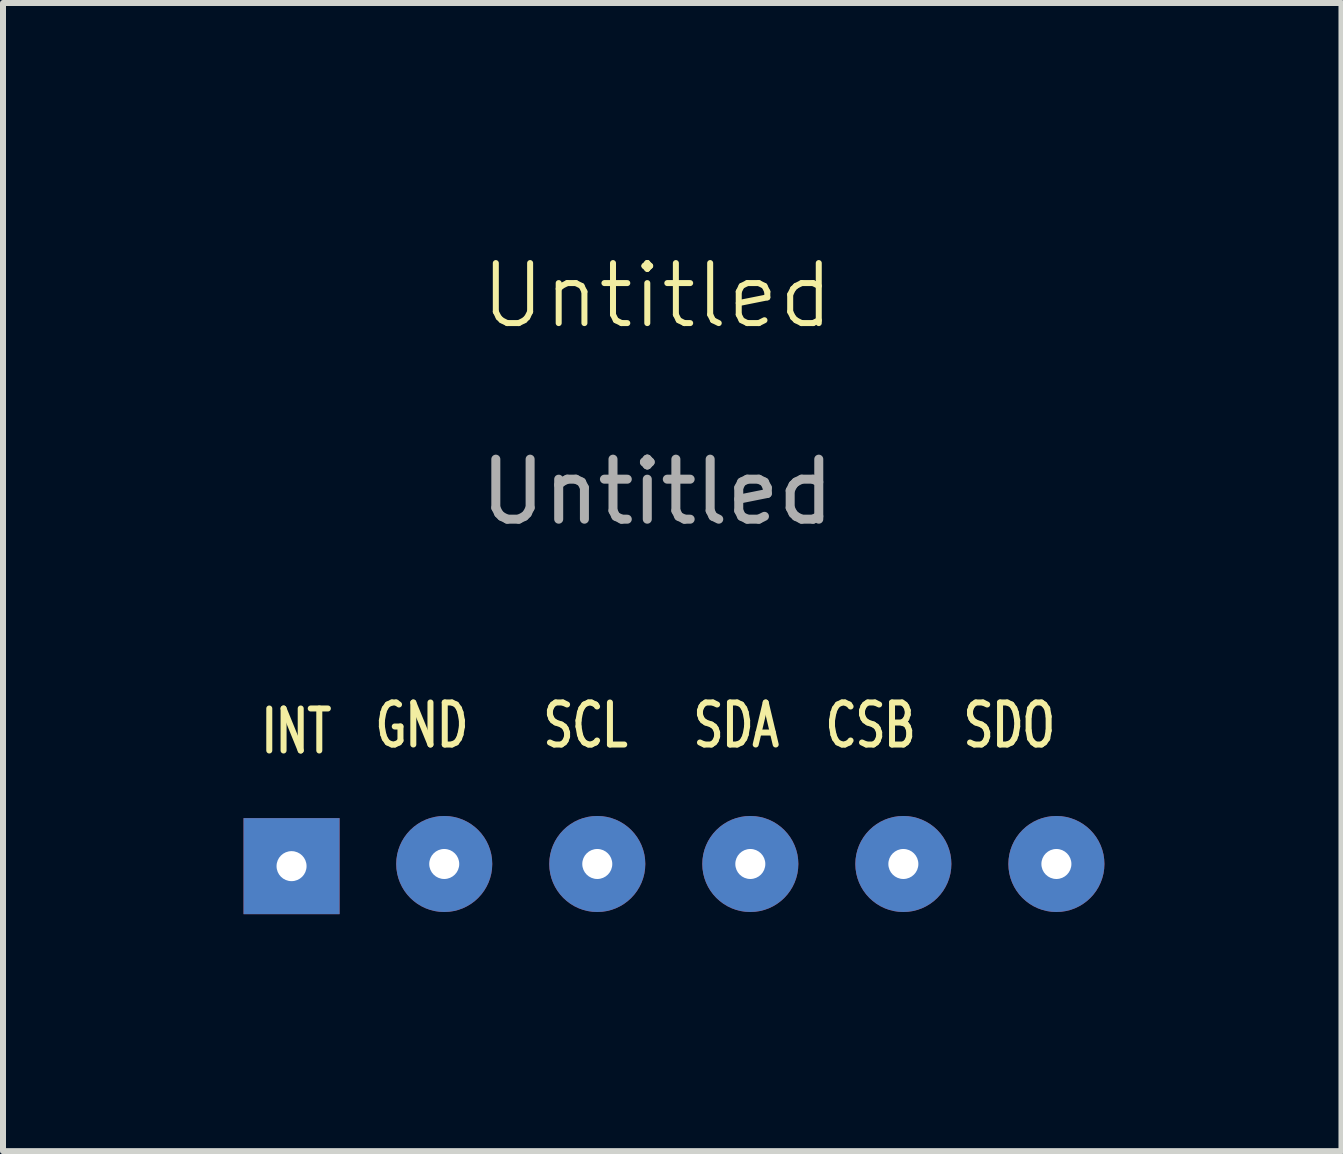
<source format=kicad_pcb>
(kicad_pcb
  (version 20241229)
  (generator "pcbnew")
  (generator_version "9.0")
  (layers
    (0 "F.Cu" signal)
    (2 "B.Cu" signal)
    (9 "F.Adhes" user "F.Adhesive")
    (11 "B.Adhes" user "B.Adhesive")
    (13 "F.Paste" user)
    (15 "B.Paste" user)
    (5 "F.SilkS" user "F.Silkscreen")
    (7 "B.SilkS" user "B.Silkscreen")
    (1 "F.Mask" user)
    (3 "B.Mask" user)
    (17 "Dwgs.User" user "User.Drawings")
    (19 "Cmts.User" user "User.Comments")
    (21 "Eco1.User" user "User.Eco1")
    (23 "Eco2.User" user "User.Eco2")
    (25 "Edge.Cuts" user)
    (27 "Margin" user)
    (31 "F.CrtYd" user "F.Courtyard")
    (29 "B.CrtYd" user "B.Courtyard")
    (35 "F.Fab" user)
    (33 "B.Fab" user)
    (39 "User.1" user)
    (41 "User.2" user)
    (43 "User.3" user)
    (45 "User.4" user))
  (footprint "Untitled"
    (layer "F.Cu")
    (at 10.952 2.746)
    (property "Reference" "Untitled" (at -3.05 -0.87 0) (unlocked yes) (layer "F.SilkS") (effects (font (size 1 1) (thickness 0.1))))
    (attr smd)
    (fp_text user "INT" (at -9.7 6.8 0) (unlocked yes) (layer "F.SilkS") (effects (font (size 0.7 0.5) (thickness 0.1)) (justify left bottom)))
    (fp_text user "GND" (at -7.8 6.7 0) (unlocked yes) (layer "F.SilkS") (effects (font (size 0.7 0.5) (thickness 0.1)) (justify left bottom)))
    (fp_text user "SCL" (at -5 6.7 0) (unlocked yes) (layer "F.SilkS") (effects (font (size 0.7 0.5) (thickness 0.1)) (justify left bottom)))
    (fp_text user "CSB" (at -0.3 6.7 0) (unlocked yes) (layer "F.SilkS") (effects (font (size 0.7 0.5) (thickness 0.1)) (justify left bottom)))
    (fp_text user "SDA" (at -2.5 6.7 0) (unlocked yes) (layer "F.SilkS") (effects (font (size 0.7 0.5) (thickness 0.1)) (justify left bottom)))
    (fp_text user "SDO" (at 2 6.7 0) (unlocked yes) (layer "F.SilkS") (effects (font (size 0.7 0.5) (thickness 0.1)) (justify left bottom)))
    (fp_text user "${REFERENCE}" (at -3.05 2.4 0) (unlocked yes) (layer "F.Fab") (effects (font (size 1 1) (thickness 0.15))))
    (pad "1" thru_hole rect (at -9.144 8.636 90) (size 1.6 1.6) (drill 0.5) (layers "*.Cu" "*.Mask"))
    (pad "2" thru_hole circle (at -4.05 8.6 90) (size 1.6 1.6) (drill 0.5) (layers "*.Cu" "*.Mask"))
    (pad "3" thru_hole circle (at -1.5 8.6 90) (size 1.6 1.6) (drill 0.5) (layers "*.Cu" "*.Mask"))
    (pad "4" thru_hole circle (at 3.6 8.6 90) (size 1.6 1.6) (drill 0.5) (layers "*.Cu" "*.Mask"))
    (pad "5" thru_hole circle (at 1.05 8.6 90) (size 1.6 1.6) (drill 0.5) (layers "*.Cu" "*.Mask"))
    (pad "6" thru_hole circle (at -6.6 8.6 90) (size 1.6 1.6) (drill 0.5) (layers "*.Cu" "*.Mask"))
    (zone (net_name "") (layer "F.SilkS") (hatch edge 0.5) (connect_pads) (min_thickness 0.25) (filled_areas_thickness no) (keepout (tracks allowed) (vias allowed) (pads not_allowed) (copperpour allowed) (footprints not_allowed)) (placement (enabled no)) (fill) (polygon (pts (xy 0 0) (xy 16.302 0) (xy 16.302 13.13) (xy 0 13.13)))))
  (gr_rect
    (start -3 -3)
    (end 19.302 16.13)
    (stroke (width 0.1) (type default))
    (fill no)
    (layer "Edge.Cuts")))
</source>
